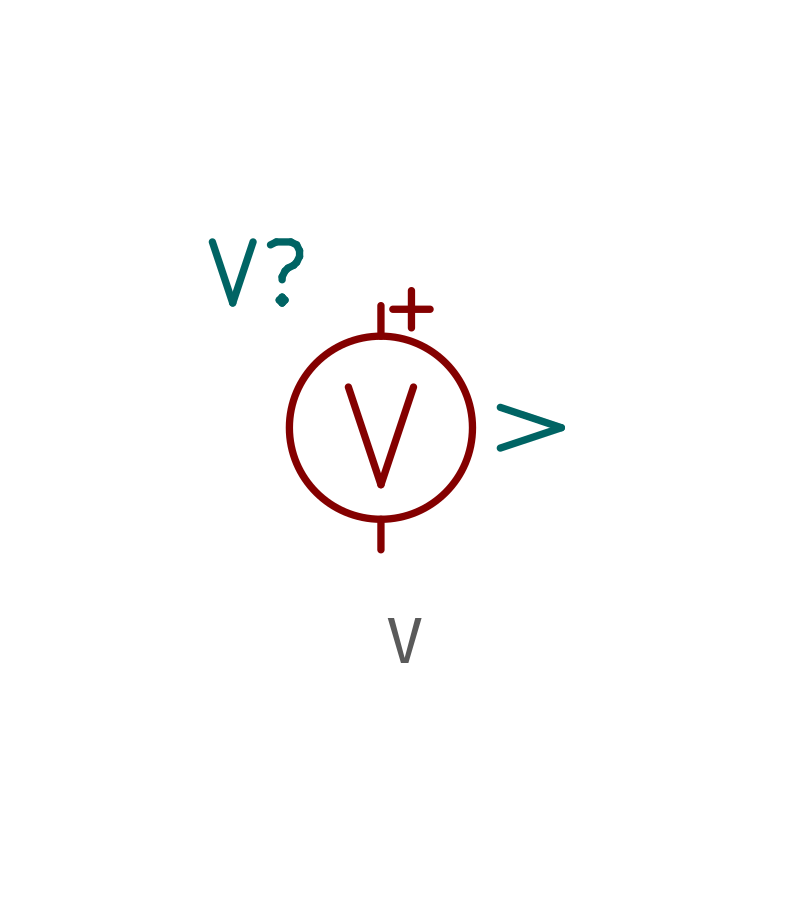
<source format=kicad_sym>
(kicad_symbol_lib
  (version 20231120)
  (generator "kicad_symbol_editor")
  (generator_version "8.0")
  (symbol "V"
    (pin_numbers hide)
    (pin_names
      (offset 0) hide)
    (property "Reference" "V"
      (at -2.54 3.175 0)
      (effects (font (size 1.27 1.27))))
    (property "Value" "V"
      (at 3.175 0 90)
      (effects (font (size 1.27 1.27))))
    (property "Footprint" ""
      (at -1.27 0 0)
      (effects (font (size 1.524 1.524))))
    (property "Datasheet" ""
      (at -1.27 0 0)
      (effects (font (size 1.524 1.524))))
    (symbol "V_0_0"
      (circle (center 0 0) (radius 1.905) (stroke (width 0) (type default)) (fill (type none)))
      (text "+" (at 0.635 2.54 0) (effects (font (size 1.016 1.016))))
      (text "V" (at 0 -0.254 0) (effects (font (size 2.032 2.032)))))
    (symbol "V_1_1"
      (pin passive line (at 0 -2.54 90) (length 0.635) (name "C" (effects (font (size 1.016 1.016)))) (number "C" (effects (font (size 1.016 1.016)))))
      (pin passive line (at 0 2.54 270) (length 0.635) (name "E" (effects (font (size 1.016 1.016)))) (number "E" (effects (font (size 1.016 1.016))))))))
</source>
